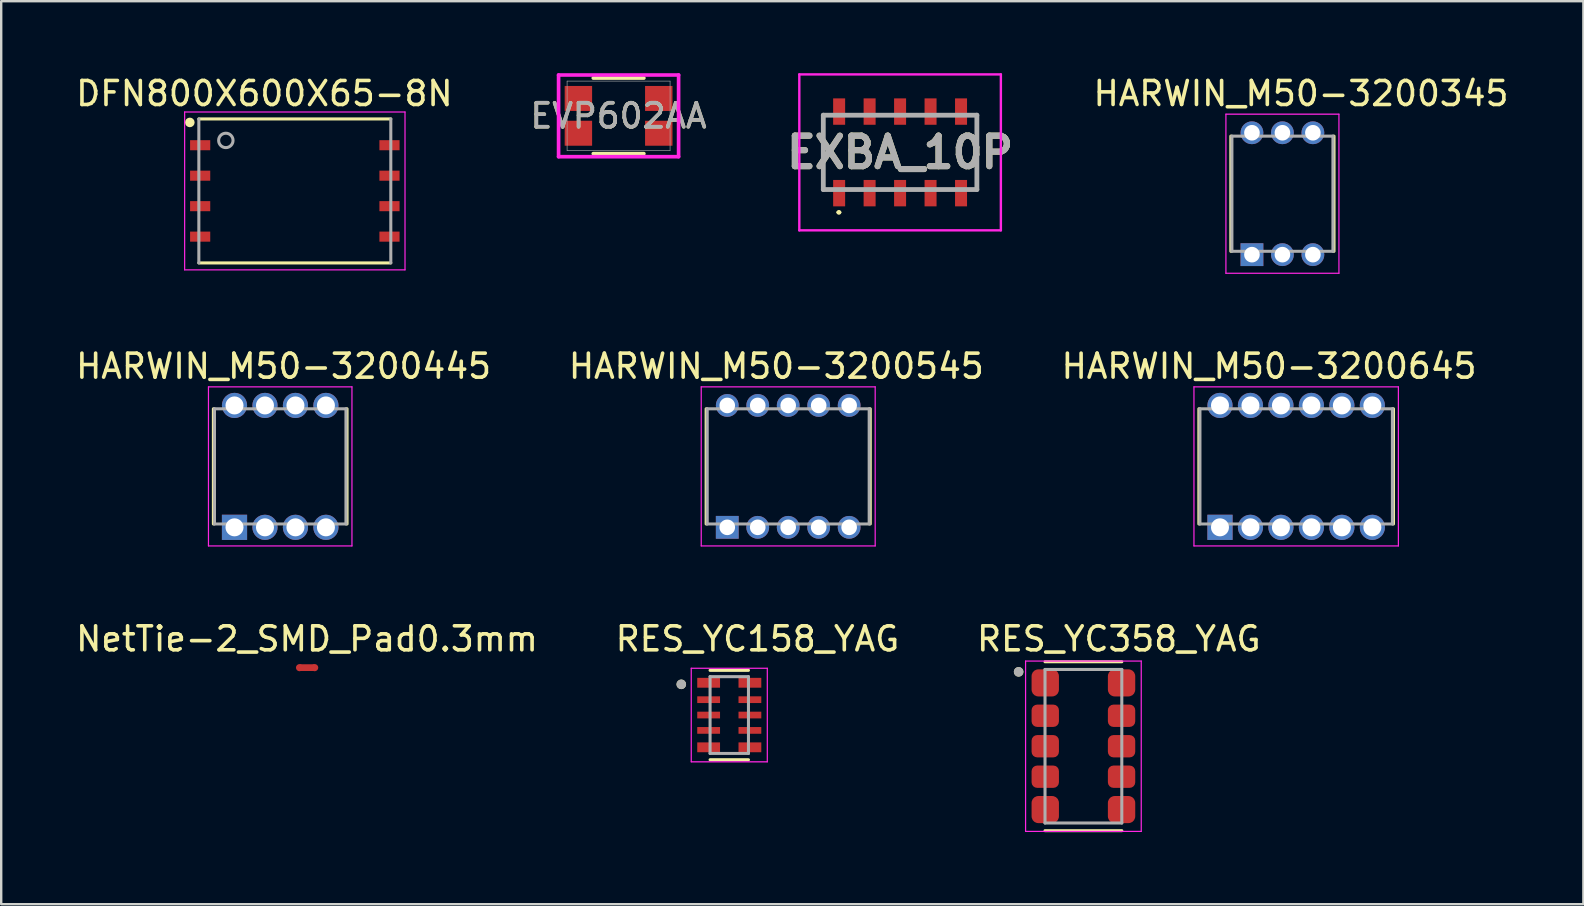
<source format=kicad_pcb>
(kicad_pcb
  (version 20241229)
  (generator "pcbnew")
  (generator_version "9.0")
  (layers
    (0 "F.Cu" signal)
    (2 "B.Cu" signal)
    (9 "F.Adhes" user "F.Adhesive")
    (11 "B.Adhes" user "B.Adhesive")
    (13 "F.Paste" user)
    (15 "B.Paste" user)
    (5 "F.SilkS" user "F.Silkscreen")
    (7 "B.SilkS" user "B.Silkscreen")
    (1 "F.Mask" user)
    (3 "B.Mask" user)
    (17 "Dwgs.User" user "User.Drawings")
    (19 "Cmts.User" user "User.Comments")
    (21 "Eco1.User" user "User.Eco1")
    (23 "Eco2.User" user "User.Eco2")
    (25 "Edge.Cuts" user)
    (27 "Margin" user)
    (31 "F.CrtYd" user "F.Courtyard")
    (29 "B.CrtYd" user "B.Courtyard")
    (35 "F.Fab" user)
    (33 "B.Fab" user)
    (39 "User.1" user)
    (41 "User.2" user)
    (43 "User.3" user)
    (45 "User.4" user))
  (footprint "HARWIN_M50-3200545"
    (layer "F.Cu")
    (at 29.799 16.387)
    (property "Reference" "HARWIN_M50-3200545" (at -0.495 -4.175 0) (layer "F.SilkS") (effects (font (size 1 1) (thickness 0.15))))
    (attr through_hole)
    (fp_line (start -3.42 -2.4) (end -3.42 2.4) (stroke (width 0.127) (type solid)) (layer "F.SilkS"))
    (fp_line (start 3.42 2.4) (end 3.42 -2.4) (stroke (width 0.127) (type solid)) (layer "F.SilkS"))
    (fp_line (start -3.625 -3.315) (end -3.625 3.315) (stroke (width 0.05) (type solid)) (layer "F.CrtYd"))
    (fp_line (start -3.625 3.315) (end 3.625 3.315) (stroke (width 0.05) (type solid)) (layer "F.CrtYd"))
    (fp_line (start 3.625 -3.315) (end -3.625 -3.315) (stroke (width 0.05) (type solid)) (layer "F.CrtYd"))
    (fp_line (start 3.625 3.315) (end 3.625 -3.315) (stroke (width 0.05) (type solid)) (layer "F.CrtYd"))
    (fp_line (start -3.375 -2.4) (end -3.375 2.4) (stroke (width 0.127) (type solid)) (layer "F.Fab"))
    (fp_line (start -3.375 2.4) (end 3.375 2.4) (stroke (width 0.127) (type solid)) (layer "F.Fab"))
    (fp_line (start 3.375 -2.4) (end -3.375 -2.4) (stroke (width 0.127) (type solid)) (layer "F.Fab"))
    (fp_line (start 3.375 2.4) (end 3.375 -2.4) (stroke (width 0.127) (type solid)) (layer "F.Fab"))
    (pad "1" thru_hole rect (at -2.54 2.54) (size 0.95 0.95) (drill 0.65) (layers "*.Cu" "*.Mask"))
    (pad "2" thru_hole circle (at -2.54 -2.54) (size 0.95 0.95) (drill 0.65) (layers "*.Cu" "*.Mask"))
    (pad "3" thru_hole circle (at -1.27 2.54) (size 0.95 0.95) (drill 0.65) (layers "*.Cu" "*.Mask"))
    (pad "4" thru_hole circle (at -1.27 -2.54) (size 0.95 0.95) (drill 0.65) (layers "*.Cu" "*.Mask"))
    (pad "5" thru_hole circle (at 0 2.54) (size 0.95 0.95) (drill 0.65) (layers "*.Cu" "*.Mask"))
    (pad "6" thru_hole circle (at 0 -2.54) (size 0.95 0.95) (drill 0.65) (layers "*.Cu" "*.Mask"))
    (pad "7" thru_hole circle (at 1.27 2.54) (size 0.95 0.95) (drill 0.65) (layers "*.Cu" "*.Mask"))
    (pad "8" thru_hole circle (at 1.27 -2.54) (size 0.95 0.95) (drill 0.65) (layers "*.Cu" "*.Mask"))
    (pad "9" thru_hole circle (at 2.54 2.54) (size 0.95 0.95) (drill 0.65) (layers "*.Cu" "*.Mask"))
    (pad "10" thru_hole circle (at 2.54 -2.54) (size 0.95 0.95) (drill 0.65) (layers "*.Cu" "*.Mask")))
  (footprint "DFN800X600X65-8N"
    (layer "F.Cu")
    (at 9.237 4.907)
    (property "Reference" "DFN800X600X65-8N" (at -1.268 -4.058 0) (layer "F.SilkS") (effects (font (size 1.001 1.001) (thickness 0.15))))
    (attr smd)
    (fp_line (start -4 -3) (end 4 -3) (stroke (width 0.127) (type solid)) (layer "F.SilkS"))
    (fp_line (start 4 3) (end -4 3) (stroke (width 0.127) (type solid)) (layer "F.SilkS"))
    (fp_circle (center -4.376 -2.855) (end -4.276 -2.855) (stroke (width 0.2) (type solid)) (fill no) (layer "F.SilkS"))
    (fp_line (start -4.592 -3.29) (end 4.592 -3.29) (stroke (width 0.05) (type solid)) (layer "F.CrtYd"))
    (fp_line (start -4.592 3.29) (end -4.592 -3.29) (stroke (width 0.05) (type solid)) (layer "F.CrtYd"))
    (fp_line (start 4.592 -3.29) (end 4.592 3.29) (stroke (width 0.05) (type solid)) (layer "F.CrtYd"))
    (fp_line (start 4.592 3.29) (end -4.592 3.29) (stroke (width 0.05) (type solid)) (layer "F.CrtYd"))
    (fp_line (start -4 3) (end -4 -3) (stroke (width 0.127) (type solid)) (layer "F.Fab"))
    (fp_line (start 4 -3) (end 4 3) (stroke (width 0.127) (type solid)) (layer "F.Fab"))
    (fp_circle (center -2.875 -2.105) (end -2.575 -2.105) (stroke (width 0.127) (type solid)) (fill no) (layer "F.Fab"))
    (pad "1" smd rect (at -3.945 -1.905) (size 0.84 0.42) (layers "F.Cu" "F.Mask" "F.Paste"))
    (pad "2" smd rect (at -3.945 -0.635) (size 0.84 0.42) (layers "F.Cu" "F.Mask" "F.Paste"))
    (pad "3" smd rect (at -3.945 0.635) (size 0.84 0.42) (layers "F.Cu" "F.Mask" "F.Paste"))
    (pad "4" smd rect (at -3.945 1.905) (size 0.84 0.42) (layers "F.Cu" "F.Mask" "F.Paste"))
    (pad "5" smd rect (at 3.945 1.905) (size 0.84 0.42) (layers "F.Cu" "F.Mask" "F.Paste"))
    (pad "6" smd rect (at 3.945 0.635) (size 0.84 0.42) (layers "F.Cu" "F.Mask" "F.Paste"))
    (pad "7" smd rect (at 3.945 -0.635) (size 0.84 0.42) (layers "F.Cu" "F.Mask" "F.Paste"))
    (pad "8" smd rect (at 3.945 -1.905) (size 0.84 0.42) (layers "F.Cu" "F.Mask" "F.Paste")))
  (footprint "EVP602AA"
    (layer "F.Cu")
    (at 22.73 1.778)
    (property "Reference" "EVP602AA" (at 0 0 0) (unlocked yes) (layer "F.SilkS") (effects (font (size 1 1) (thickness 0.15))))
    (attr smd)
    (fp_line (start -1.054 1.575) (end 1.054 1.575) (stroke (width 0.152) (type solid)) (layer "F.SilkS"))
    (fp_line (start 1.054 -1.575) (end -1.054 -1.575) (stroke (width 0.152) (type solid)) (layer "F.SilkS"))
    (fp_line (start -2.501 -1.702) (end -2.501 1.702) (stroke (width 0.152) (type solid)) (layer "F.CrtYd"))
    (fp_line (start -2.501 1.702) (end 2.501 1.702) (stroke (width 0.152) (type solid)) (layer "F.CrtYd"))
    (fp_line (start 2.501 -1.702) (end -2.501 -1.702) (stroke (width 0.152) (type solid)) (layer "F.CrtYd"))
    (fp_line (start 2.501 1.702) (end 2.501 -1.702) (stroke (width 0.152) (type solid)) (layer "F.CrtYd"))
    (fp_line (start -2.146 -1.448) (end -2.146 1.448) (stroke (width 0.025) (type solid)) (layer "F.Fab"))
    (fp_line (start -2.146 1.448) (end 2.146 1.448) (stroke (width 0.025) (type solid)) (layer "F.Fab"))
    (fp_line (start 2.146 -1.448) (end -2.146 -1.448) (stroke (width 0.025) (type solid)) (layer "F.Fab"))
    (fp_line (start 2.146 1.448) (end 2.146 -1.448) (stroke (width 0.025) (type solid)) (layer "F.Fab"))
    (fp_text user "${REFERENCE}" (at 0 0 0) (unlocked yes) (layer "F.Fab") (effects (font (size 1 1) (thickness 0.15))))
    (pad "1" smd rect (at -1.675 -0.725) (size 1.143 1.041) (layers "F.Cu" "F.Mask" "F.Paste"))
    (pad "2" smd rect (at -1.675 0.725) (size 1.143 1.041) (layers "F.Cu" "F.Mask" "F.Paste"))
    (pad "3" smd rect (at 1.675 0.725) (size 1.143 1.041) (layers "F.Cu" "F.Mask" "F.Paste"))
    (pad "4" smd rect (at 1.675 -0.725) (size 1.143 1.041) (layers "F.Cu" "F.Mask" "F.Paste")))
  (footprint "HARWIN_M50-3200445"
    (layer "F.Cu")
    (at 8.628 16.387)
    (property "Reference" "HARWIN_M50-3200445" (at 0.14 -4.175 0) (layer "F.SilkS") (effects (font (size 1 1) (thickness 0.15))))
    (attr through_hole)
    (fp_line (start -2.785 -2.4) (end -2.785 2.4) (stroke (width 0.127) (type solid)) (layer "F.SilkS"))
    (fp_line (start 2.785 2.4) (end 2.785 -2.4) (stroke (width 0.127) (type solid)) (layer "F.SilkS"))
    (fp_line (start -2.99 -3.315) (end -2.99 3.315) (stroke (width 0.05) (type solid)) (layer "F.CrtYd"))
    (fp_line (start -2.99 3.315) (end 2.99 3.315) (stroke (width 0.05) (type solid)) (layer "F.CrtYd"))
    (fp_line (start 2.99 -3.315) (end -2.99 -3.315) (stroke (width 0.05) (type solid)) (layer "F.CrtYd"))
    (fp_line (start 2.99 3.315) (end 2.99 -3.315) (stroke (width 0.05) (type solid)) (layer "F.CrtYd"))
    (fp_line (start -2.74 -2.4) (end -2.74 2.4) (stroke (width 0.127) (type solid)) (layer "F.Fab"))
    (fp_line (start -2.74 2.4) (end 2.74 2.4) (stroke (width 0.127) (type solid)) (layer "F.Fab"))
    (fp_line (start 2.74 -2.4) (end -2.74 -2.4) (stroke (width 0.127) (type solid)) (layer "F.Fab"))
    (fp_line (start 2.74 2.4) (end 2.74 -2.4) (stroke (width 0.127) (type solid)) (layer "F.Fab"))
    (pad "1" thru_hole rect (at -1.905 2.54) (size 1.05 1.05) (drill 0.75) (layers "*.Cu" "*.Mask"))
    (pad "2" thru_hole circle (at -1.905 -2.54) (size 1.05 1.05) (drill 0.75) (layers "*.Cu" "*.Mask"))
    (pad "3" thru_hole circle (at -0.635 2.54) (size 1.05 1.05) (drill 0.75) (layers "*.Cu" "*.Mask"))
    (pad "4" thru_hole circle (at -0.635 -2.54) (size 1.05 1.05) (drill 0.75) (layers "*.Cu" "*.Mask"))
    (pad "5" thru_hole circle (at 0.635 2.54) (size 1.05 1.05) (drill 0.75) (layers "*.Cu" "*.Mask"))
    (pad "6" thru_hole circle (at 0.635 -2.54) (size 1.05 1.05) (drill 0.75) (layers "*.Cu" "*.Mask"))
    (pad "7" thru_hole circle (at 1.905 2.54) (size 1.05 1.05) (drill 0.75) (layers "*.Cu" "*.Mask"))
    (pad "8" thru_hole circle (at 1.905 -2.54) (size 1.05 1.05) (drill 0.75) (layers "*.Cu" "*.Mask")))
  (footprint "EXBA_10P"
    (layer "F.Cu")
    (at 34.462 3.3)
    (property "Reference" "EXBA_10P" (at 0 0 0) (layer "F.SilkS") (effects (font (size 1.27 1.27) (thickness 0.254))))
    (attr smd)
    (fp_line (start -3.2 -1.55) (end -3.2 1.55) (stroke (width 0.1) (type solid)) (layer "F.SilkS"))
    (fp_line (start -2.6 2.5) (end -2.6 2.5) (stroke (width 0.1) (type solid)) (layer "F.SilkS"))
    (fp_line (start -2.5 2.5) (end -2.5 2.5) (stroke (width 0.1) (type solid)) (layer "F.SilkS"))
    (fp_line (start 3.2 -1.55) (end 3.2 1.55) (stroke (width 0.1) (type solid)) (layer "F.SilkS"))
    (fp_arc (start -2.6 2.5) (mid -2.55 2.45) (end -2.5 2.5) (stroke (width 0.1) (type solid)) (layer "F.SilkS"))
    (fp_arc (start -2.5 2.5) (mid -2.55 2.55) (end -2.6 2.5) (stroke (width 0.1) (type solid)) (layer "F.SilkS"))
    (fp_line (start -4.2 -3.25) (end 4.2 -3.25) (stroke (width 0.1) (type solid)) (layer "F.CrtYd"))
    (fp_line (start -4.2 3.25) (end -4.2 -3.25) (stroke (width 0.1) (type solid)) (layer "F.CrtYd"))
    (fp_line (start 4.2 -3.25) (end 4.2 3.25) (stroke (width 0.1) (type solid)) (layer "F.CrtYd"))
    (fp_line (start 4.2 3.25) (end -4.2 3.25) (stroke (width 0.1) (type solid)) (layer "F.CrtYd"))
    (fp_line (start -3.2 -1.55) (end 3.2 -1.55) (stroke (width 0.2) (type solid)) (layer "F.Fab"))
    (fp_line (start -3.2 1.55) (end -3.2 -1.55) (stroke (width 0.2) (type solid)) (layer "F.Fab"))
    (fp_line (start 3.2 -1.55) (end 3.2 1.55) (stroke (width 0.2) (type solid)) (layer "F.Fab"))
    (fp_line (start 3.2 1.55) (end -3.2 1.55) (stroke (width 0.2) (type solid)) (layer "F.Fab"))
    (fp_text user "${REFERENCE}" (at 0 0 0) (layer "F.Fab") (effects (font (size 1.27 1.27) (thickness 0.254))))
    (pad "1" smd rect (at -2.54 1.7) (size 0.5 1.1) (layers "F.Cu" "F.Mask" "F.Paste"))
    (pad "2" smd rect (at -1.27 1.7) (size 0.5 1.1) (layers "F.Cu" "F.Mask" "F.Paste"))
    (pad "3" smd rect (at 0 1.7) (size 0.5 1.1) (layers "F.Cu" "F.Mask" "F.Paste"))
    (pad "4" smd rect (at 1.27 1.7) (size 0.5 1.1) (layers "F.Cu" "F.Mask" "F.Paste"))
    (pad "5" smd rect (at 2.54 1.7) (size 0.5 1.1) (layers "F.Cu" "F.Mask" "F.Paste"))
    (pad "6" smd rect (at 2.54 -1.7) (size 0.5 1.1) (layers "F.Cu" "F.Mask" "F.Paste"))
    (pad "7" smd rect (at 1.27 -1.7) (size 0.5 1.1) (layers "F.Cu" "F.Mask" "F.Paste"))
    (pad "8" smd rect (at 0 -1.7) (size 0.5 1.1) (layers "F.Cu" "F.Mask" "F.Paste"))
    (pad "9" smd rect (at -1.27 -1.7) (size 0.5 1.1) (layers "F.Cu" "F.Mask" "F.Paste"))
    (pad "10" smd rect (at -2.54 -1.7) (size 0.5 1.1) (layers "F.Cu" "F.Mask" "F.Paste")))
  (footprint "RES_YC358_YAG"
    (layer "F.Cu")
    (at 42.102 28.05)
    (property "Reference" "RES_YC358_YAG" (at 1.475 -4.475 0) (layer "F.SilkS") (effects (font (size 1 1) (thickness 0.15))))
    (attr smd)
    (fp_line (start -1.6 -3.52) (end 1.6 -3.52) (stroke (width 0.127) (type solid)) (layer "F.SilkS"))
    (fp_line (start 1.6 3.52) (end -1.6 3.52) (stroke (width 0.127) (type solid)) (layer "F.SilkS"))
    (fp_circle (center -2.7 -3.1) (end -2.6 -3.1) (stroke (width 0.2) (type solid)) (fill no) (layer "F.SilkS"))
    (fp_line (start -2.41 -3.55) (end 2.41 -3.55) (stroke (width 0.05) (type solid)) (layer "F.CrtYd"))
    (fp_line (start -2.41 3.55) (end -2.41 -3.55) (stroke (width 0.05) (type solid)) (layer "F.CrtYd"))
    (fp_line (start 2.41 -3.55) (end 2.41 3.55) (stroke (width 0.05) (type solid)) (layer "F.CrtYd"))
    (fp_line (start 2.41 3.55) (end -2.41 3.55) (stroke (width 0.05) (type solid)) (layer "F.CrtYd"))
    (fp_line (start -1.6 -3.2) (end 1.6 -3.2) (stroke (width 0.127) (type solid)) (layer "F.Fab"))
    (fp_line (start -1.6 3.2) (end -1.6 -3.2) (stroke (width 0.127) (type solid)) (layer "F.Fab"))
    (fp_line (start 1.6 -3.2) (end 1.6 3.2) (stroke (width 0.127) (type solid)) (layer "F.Fab"))
    (fp_line (start 1.6 3.2) (end -1.6 3.2) (stroke (width 0.127) (type solid)) (layer "F.Fab"))
    (fp_circle (center -2.7 -3.1) (end -2.6 -3.1) (stroke (width 0.2) (type solid)) (fill no) (layer "F.Fab"))
    (pad "1" smd roundrect (at -1.59 -2.64) (size 1.14 1.13) (layers "F.Cu" "F.Paste") (roundrect_rratio 0.25))
    (pad "2" smd roundrect (at -1.59 -1.27) (size 1.14 0.93) (layers "F.Cu" "F.Paste") (roundrect_rratio 0.25))
    (pad "3" smd roundrect (at -1.59 0) (size 1.14 0.93) (layers "F.Cu" "F.Paste") (roundrect_rratio 0.25))
    (pad "4" smd roundrect (at -1.59 1.27) (size 1.14 0.93) (layers "F.Cu" "F.Paste") (roundrect_rratio 0.25))
    (pad "5" smd roundrect (at -1.59 2.64) (size 1.14 1.13) (layers "F.Cu" "F.Paste") (roundrect_rratio 0.25))
    (pad "6" smd roundrect (at 1.59 2.64) (size 1.14 1.13) (layers "F.Cu" "F.Paste") (roundrect_rratio 0.25))
    (pad "7" smd roundrect (at 1.59 1.27) (size 1.14 0.93) (layers "F.Cu" "F.Paste") (roundrect_rratio 0.25))
    (pad "8" smd roundrect (at 1.59 0) (size 1.14 0.93) (layers "F.Cu" "F.Paste") (roundrect_rratio 0.25))
    (pad "9" smd roundrect (at 1.59 -1.27) (size 1.14 0.93) (layers "F.Cu" "F.Paste") (roundrect_rratio 0.25))
    (pad "10" smd roundrect (at 1.59 -2.64) (size 1.14 1.13) (layers "F.Cu" "F.Paste") (roundrect_rratio 0.25)))
  (footprint "NetTie-2_SMD_Pad0.3mm"
    (layer "F.Cu")
    (at 9.744 24.775)
    (property "Reference" "NetTie-2_SMD_Pad0.3mm" (at 0 -1.2 0) (layer "F.SilkS") (effects (font (size 1 1) (thickness 0.15))))
    (attr exclude_from_pos_files exclude_from_bom allow_missing_courtyard)
    (fp_poly (pts (xy -0.3 -0.14) (xy 0.31 -0.14) (xy 0.3 0.14) (xy -0.31 0.14)) (stroke (width 0) (type solid)) (fill yes) (layer "F.Cu"))
    (pad "1" smd circle (at -0.31 0) (size 0.3 0.3) (layers "F.Cu"))
    (pad "2" smd circle (at 0.32 0) (size 0.3 0.3) (layers "F.Cu")))
  (footprint "HARWIN_M50-3200345"
    (layer "F.Cu")
    (at 50.396 5.023)
    (property "Reference" "HARWIN_M50-3200345" (at 0.775 -4.175 0) (layer "F.SilkS") (effects (font (size 1 1) (thickness 0.15))))
    (attr through_hole)
    (fp_line (start -2.15 -2.4) (end -2.15 2.4) (stroke (width 0.127) (type solid)) (layer "F.SilkS"))
    (fp_line (start 2.15 2.4) (end 2.15 -2.4) (stroke (width 0.127) (type solid)) (layer "F.SilkS"))
    (fp_line (start -2.355 -3.315) (end -2.355 3.315) (stroke (width 0.05) (type solid)) (layer "F.CrtYd"))
    (fp_line (start -2.355 3.315) (end 2.355 3.315) (stroke (width 0.05) (type solid)) (layer "F.CrtYd"))
    (fp_line (start 2.355 -3.315) (end -2.355 -3.315) (stroke (width 0.05) (type solid)) (layer "F.CrtYd"))
    (fp_line (start 2.355 3.315) (end 2.355 -3.315) (stroke (width 0.05) (type solid)) (layer "F.CrtYd"))
    (fp_line (start -2.105 -2.4) (end -2.105 2.4) (stroke (width 0.127) (type solid)) (layer "F.Fab"))
    (fp_line (start -2.105 2.4) (end 2.105 2.4) (stroke (width 0.127) (type solid)) (layer "F.Fab"))
    (fp_line (start 2.105 -2.4) (end -2.105 -2.4) (stroke (width 0.127) (type solid)) (layer "F.Fab"))
    (fp_line (start 2.105 2.4) (end 2.105 -2.4) (stroke (width 0.127) (type solid)) (layer "F.Fab"))
    (pad "1" thru_hole rect (at -1.27 2.54) (size 0.95 0.95) (drill 0.65) (layers "*.Cu" "*.Mask"))
    (pad "2" thru_hole circle (at -1.27 -2.54) (size 0.95 0.95) (drill 0.65) (layers "*.Cu" "*.Mask"))
    (pad "3" thru_hole circle (at 0 2.54) (size 0.95 0.95) (drill 0.65) (layers "*.Cu" "*.Mask"))
    (pad "4" thru_hole circle (at 0 -2.54) (size 0.95 0.95) (drill 0.65) (layers "*.Cu" "*.Mask"))
    (pad "5" thru_hole circle (at 1.27 2.54) (size 0.95 0.95) (drill 0.65) (layers "*.Cu" "*.Mask"))
    (pad "6" thru_hole circle (at 1.27 -2.54) (size 0.95 0.95) (drill 0.65) (layers "*.Cu" "*.Mask")))
  (footprint "HARWIN_M50-3200645"
    (layer "F.Cu")
    (at 50.969 16.387)
    (property "Reference" "HARWIN_M50-3200645" (at -1.13 -4.175 0) (layer "F.SilkS") (effects (font (size 1 1) (thickness 0.15))))
    (attr through_hole)
    (fp_line (start -4.055 -2.4) (end -4.055 2.4) (stroke (width 0.127) (type solid)) (layer "F.SilkS"))
    (fp_line (start 4.055 2.4) (end 4.055 -2.4) (stroke (width 0.127) (type solid)) (layer "F.SilkS"))
    (fp_line (start -4.26 -3.315) (end -4.26 3.315) (stroke (width 0.05) (type solid)) (layer "F.CrtYd"))
    (fp_line (start -4.26 3.315) (end 4.26 3.315) (stroke (width 0.05) (type solid)) (layer "F.CrtYd"))
    (fp_line (start 4.26 -3.315) (end -4.26 -3.315) (stroke (width 0.05) (type solid)) (layer "F.CrtYd"))
    (fp_line (start 4.26 3.315) (end 4.26 -3.315) (stroke (width 0.05) (type solid)) (layer "F.CrtYd"))
    (fp_line (start -4.01 -2.4) (end -4.01 2.4) (stroke (width 0.127) (type solid)) (layer "F.Fab"))
    (fp_line (start -4.01 2.4) (end 4.01 2.4) (stroke (width 0.127) (type solid)) (layer "F.Fab"))
    (fp_line (start 4.01 -2.4) (end -4.01 -2.4) (stroke (width 0.127) (type solid)) (layer "F.Fab"))
    (fp_line (start 4.01 2.4) (end 4.01 -2.4) (stroke (width 0.127) (type solid)) (layer "F.Fab"))
    (pad "1" thru_hole rect (at -3.175 2.54) (size 1.05 1.05) (drill 0.75) (layers "*.Cu" "*.Mask"))
    (pad "2" thru_hole circle (at -3.175 -2.54) (size 1.05 1.05) (drill 0.75) (layers "*.Cu" "*.Mask"))
    (pad "3" thru_hole circle (at -1.905 2.54) (size 1.05 1.05) (drill 0.75) (layers "*.Cu" "*.Mask"))
    (pad "4" thru_hole circle (at -1.905 -2.54) (size 1.05 1.05) (drill 0.75) (layers "*.Cu" "*.Mask"))
    (pad "5" thru_hole circle (at -0.635 2.54) (size 1.05 1.05) (drill 0.75) (layers "*.Cu" "*.Mask"))
    (pad "6" thru_hole circle (at -0.635 -2.54) (size 1.05 1.05) (drill 0.75) (layers "*.Cu" "*.Mask"))
    (pad "7" thru_hole circle (at 0.635 2.54) (size 1.05 1.05) (drill 0.75) (layers "*.Cu" "*.Mask"))
    (pad "8" thru_hole circle (at 0.635 -2.54) (size 1.05 1.05) (drill 0.75) (layers "*.Cu" "*.Mask"))
    (pad "9" thru_hole circle (at 1.905 2.54) (size 1.05 1.05) (drill 0.75) (layers "*.Cu" "*.Mask"))
    (pad "10" thru_hole circle (at 1.905 -2.54) (size 1.05 1.05) (drill 0.75) (layers "*.Cu" "*.Mask"))
    (pad "11" thru_hole circle (at 3.175 2.54) (size 1.05 1.05) (drill 0.75) (layers "*.Cu" "*.Mask"))
    (pad "12" thru_hole circle (at 3.175 -2.54) (size 1.05 1.05) (drill 0.75) (layers "*.Cu" "*.Mask")))
  (footprint "RES_YC158_YAG"
    (layer "F.Cu")
    (at 27.343 26.75)
    (property "Reference" "RES_YC158_YAG" (at 1.175 -3.175 0) (layer "F.SilkS") (effects (font (size 1 1) (thickness 0.15))))
    (attr smd)
    (fp_line (start -0.8 1.863) (end 0.8 1.863) (stroke (width 0.127) (type solid)) (layer "F.SilkS"))
    (fp_line (start 0.8 -1.863) (end -0.8 -1.863) (stroke (width 0.127) (type solid)) (layer "F.SilkS"))
    (fp_circle (center -2 -1.28) (end -1.9 -1.28) (stroke (width 0.2) (type solid)) (fill no) (layer "F.SilkS"))
    (fp_line (start -1.585 -1.95) (end -1.585 1.95) (stroke (width 0.05) (type solid)) (layer "F.CrtYd"))
    (fp_line (start -1.585 1.95) (end 1.585 1.95) (stroke (width 0.05) (type solid)) (layer "F.CrtYd"))
    (fp_line (start 1.585 -1.95) (end -1.585 -1.95) (stroke (width 0.05) (type solid)) (layer "F.CrtYd"))
    (fp_line (start 1.585 1.95) (end 1.585 -1.95) (stroke (width 0.05) (type solid)) (layer "F.CrtYd"))
    (fp_line (start -0.8 -1.6) (end -0.8 1.6) (stroke (width 0.127) (type solid)) (layer "F.Fab"))
    (fp_line (start -0.8 1.6) (end 0.8 1.6) (stroke (width 0.127) (type solid)) (layer "F.Fab"))
    (fp_line (start 0.8 -1.6) (end -0.8 -1.6) (stroke (width 0.127) (type solid)) (layer "F.Fab"))
    (fp_line (start 0.8 1.6) (end 0.8 -1.6) (stroke (width 0.127) (type solid)) (layer "F.Fab"))
    (fp_circle (center -2 -1.28) (end -1.9 -1.28) (stroke (width 0.2) (type solid)) (fill no) (layer "F.Fab"))
    (pad "1" smd rect (at -0.86 -1.345) (size 0.95 0.41) (layers "F.Cu" "F.Paste"))
    (pad "2" smd rect (at -0.86 -0.64) (size 0.95 0.28) (layers "F.Cu" "F.Paste"))
    (pad "3" smd rect (at -0.86 0) (size 0.95 0.28) (layers "F.Cu" "F.Paste"))
    (pad "4" smd rect (at -0.86 0.64) (size 0.95 0.28) (layers "F.Cu" "F.Paste"))
    (pad "5" smd rect (at -0.86 1.345) (size 0.95 0.41) (layers "F.Cu" "F.Paste"))
    (pad "6" smd rect (at 0.86 1.345) (size 0.95 0.41) (layers "F.Cu" "F.Paste"))
    (pad "7" smd rect (at 0.86 0.64) (size 0.95 0.28) (layers "F.Cu" "F.Paste"))
    (pad "8" smd rect (at 0.86 0) (size 0.95 0.28) (layers "F.Cu" "F.Paste"))
    (pad "9" smd rect (at 0.86 -0.64) (size 0.95 0.28) (layers "F.Cu" "F.Paste"))
    (pad "10" smd rect (at 0.86 -1.345) (size 0.95 0.41) (layers "F.Cu" "F.Paste")))
  (gr_rect
    (start -3 -3)
    (end 62.939 34.633)
    (stroke (width 0.1) (type default))
    (fill no)
    (layer "Edge.Cuts")))
</source>
